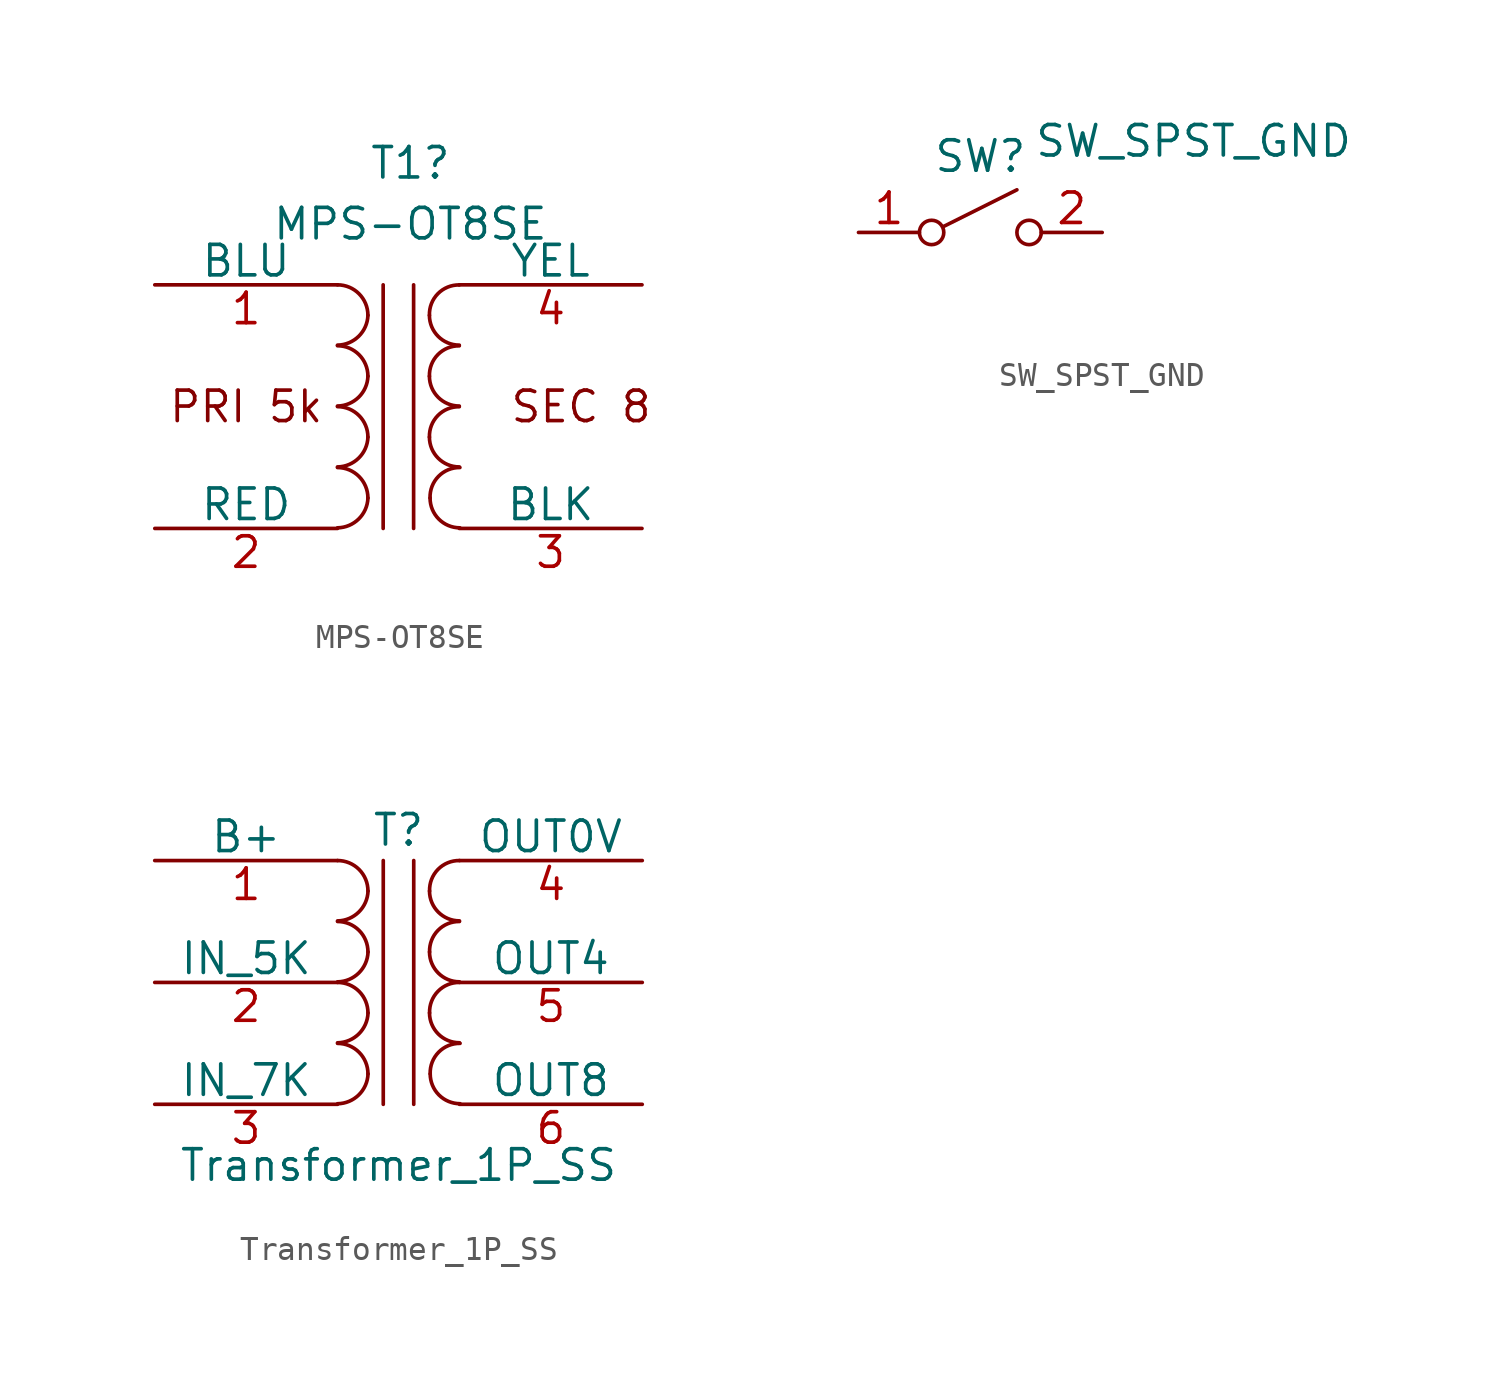
<source format=kicad_sym>
(kicad_symbol_lib
  (version 20220914)
  (generator kicad_symbol_editor)
  (symbol "MPS-OT8SE"
    (pin_names
      (offset 0))
    (property "Reference" "T1"
      (at 0.499 10.16 0)
      (effects (font (size 1.27 1.27))))
    (property "Value" "MPS-OT8SE"
      (at 0.499 7.62 0)
      (effects (font (size 1.27 1.27))))
    (symbol "MPS-OT8SE_0_1"
      (arc (start -2.54 -5.0546) (mid -1.6599 -4.6901) (end -1.27 -3.81) (stroke (width 0) (type default)) (fill (type none)))
      (arc (start -2.54 -2.5146) (mid -1.6599 -2.1501) (end -1.27 -1.27) (stroke (width 0) (type default)) (fill (type none)))
      (arc (start -2.54 0.0254) (mid -1.6599 0.3899) (end -1.27 1.27) (stroke (width 0) (type default)) (fill (type none)))
      (arc (start -2.54 2.5654) (mid -1.6599 2.9299) (end -1.27 3.81) (stroke (width 0) (type default)) (fill (type none)))
      (arc (start -1.27 -3.81) (mid -1.642 -2.912) (end -2.54 -2.54) (stroke (width 0) (type default)) (fill (type none)))
      (arc (start -1.27 -1.27) (mid -1.642 -0.372) (end -2.54 0) (stroke (width 0) (type default)) (fill (type none)))
      (arc (start -1.27 1.27) (mid -1.642 2.168) (end -2.54 2.54) (stroke (width 0) (type default)) (fill (type none)))
      (arc (start -1.27 3.81) (mid -1.642 4.708) (end -2.54 5.08) (stroke (width 0) (type default)) (fill (type none)))
      (polyline (pts (xy -0.635 5.08) (xy -0.635 -5.08)) (stroke (width 0) (type default)) (fill (type none)))
      (polyline (pts (xy 0.635 -5.08) (xy 0.635 5.08)) (stroke (width 0) (type default)) (fill (type none)))
      (arc (start 1.2954 -1.27) (mid 1.6599 -2.1501) (end 2.54 -2.5146) (stroke (width 0) (type default)) (fill (type none)))
      (arc (start 1.2954 1.27) (mid 1.6599 0.3899) (end 2.54 0.0254) (stroke (width 0) (type default)) (fill (type none)))
      (arc (start 1.2954 3.81) (mid 1.6599 2.9299) (end 2.54 2.5654) (stroke (width 0) (type default)) (fill (type none)))
      (arc (start 1.3208 -3.81) (mid 1.6853 -4.6901) (end 2.5654 -5.0546) (stroke (width 0) (type default)) (fill (type none)))
      (arc (start 2.54 0) (mid 1.642 -0.372) (end 1.2954 -1.27) (stroke (width 0) (type default)) (fill (type none)))
      (arc (start 2.54 2.54) (mid 1.642 2.168) (end 1.2954 1.27) (stroke (width 0) (type default)) (fill (type none)))
      (arc (start 2.54 5.08) (mid 1.642 4.708) (end 1.2954 3.81) (stroke (width 0) (type default)) (fill (type none)))
      (arc (start 2.5654 -2.54) (mid 1.6674 -2.912) (end 1.3208 -3.81) (stroke (width 0) (type default)) (fill (type none))))
    (symbol "MPS-OT8SE_1_1"
      (text "PRI 5k" (at -6.35 0 0) (effects (font (size 1.27 1.27))))
      (text "SEC 8" (at 7.62 0 0) (effects (font (size 1.27 1.27))))
      (pin passive line (at -10.16 5.08 0) (length 7.62) (name "BLU" (effects (font (size 1.27 1.27)))) (number "1" (effects (font (size 1.27 1.27)))))
      (pin passive line (at -10.16 -5.08 0) (length 7.62) (name "RED" (effects (font (size 1.27 1.27)))) (number "2" (effects (font (size 1.27 1.27)))))
      (pin passive line (at 10.16 -5.08 180) (length 7.62) (name "BLK" (effects (font (size 1.27 1.27)))) (number "3" (effects (font (size 1.27 1.27)))))
      (pin passive line (at 10.16 5.08 180) (length 7.62) (name "YEL" (effects (font (size 1.27 1.27)))) (number "4" (effects (font (size 1.27 1.27)))))))
  (symbol "SW_SPST_GND"
    (pin_names
      (offset 0) hide)
    (property "Reference" "SW"
      (at 0 3.175 0)
      (effects (font (size 1.27 1.27))))
    (property "Value" "SW_SPST_GND"
      (at 8.89 3.81 0)
      (effects (font (size 1.27 1.27))))
    (symbol "SW_SPST_GND_0_0"
      (circle (center -2.032 0) (radius 0.508) (stroke (width 0) (type solid)) (fill (type none)))
      (polyline (pts (xy -1.524 0.254) (xy 1.524 1.778)) (stroke (width 0) (type solid)) (fill (type none)))
      (circle (center 2.032 0) (radius 0.508) (stroke (width 0) (type solid)) (fill (type none))))
    (symbol "SW_SPST_GND_1_1"
      (pin passive line (at -5.08 0 0) (length 2.54) (name "A" (effects (font (size 1.27 1.27)))) (number "1" (effects (font (size 1.27 1.27)))))
      (pin passive line (at 5.08 0 180) (length 2.54) (name "B" (effects (font (size 1.27 1.27)))) (number "2" (effects (font (size 1.27 1.27)))))
      (pin input line (at -1.27 -3.81 90) (length 2.54) hide (name "G1" (effects (font (size 1.27 1.27)))) (number "4" (effects (font (size 1.27 1.27)))))
      (pin input line (at 1.27 -3.81 90) (length 2.54) hide (name "G2" (effects (font (size 1.27 1.27)))) (number "5" (effects (font (size 1.27 1.27)))))))
  (symbol "Transformer_1P_SS"
    (pin_names
      (offset 0))
    (property "Reference" "T"
      (at 0 6.35 0)
      (effects (font (size 1.27 1.27))))
    (property "Value" "Transformer_1P_SS"
      (at 0 -7.62 0)
      (effects (font (size 1.27 1.27))))
    (symbol "Transformer_1P_SS_0_1"
      (arc (start -2.54 -5.0546) (mid -1.6599 -4.6901) (end -1.27 -3.81) (stroke (width 0) (type solid)) (fill (type none)))
      (arc (start -2.54 -2.5146) (mid -1.6599 -2.1501) (end -1.27 -1.27) (stroke (width 0) (type solid)) (fill (type none)))
      (arc (start -2.54 0.0254) (mid -1.6599 0.3899) (end -1.27 1.27) (stroke (width 0) (type solid)) (fill (type none)))
      (arc (start -2.54 2.5654) (mid -1.6599 2.9299) (end -1.27 3.81) (stroke (width 0) (type solid)) (fill (type none)))
      (arc (start -1.27 -3.81) (mid -1.642 -2.912) (end -2.54 -2.54) (stroke (width 0) (type solid)) (fill (type none)))
      (arc (start -1.27 -1.27) (mid -1.642 -0.372) (end -2.54 0) (stroke (width 0) (type solid)) (fill (type none)))
      (arc (start -1.27 1.27) (mid -1.642 2.168) (end -2.54 2.54) (stroke (width 0) (type solid)) (fill (type none)))
      (arc (start -1.27 3.81) (mid -1.642 4.708) (end -2.54 5.08) (stroke (width 0) (type solid)) (fill (type none)))
      (polyline (pts (xy -0.635 5.08) (xy -0.635 -5.08)) (stroke (width 0) (type solid)) (fill (type none)))
      (polyline (pts (xy 0.635 -5.08) (xy 0.635 5.08)) (stroke (width 0) (type solid)) (fill (type none)))
      (arc (start 1.2954 -1.27) (mid 1.6599 -2.1501) (end 2.54 -2.5146) (stroke (width 0) (type solid)) (fill (type none)))
      (arc (start 1.2954 1.27) (mid 1.6599 0.3899) (end 2.54 0.0254) (stroke (width 0) (type solid)) (fill (type none)))
      (arc (start 1.2954 3.81) (mid 1.6599 2.9299) (end 2.54 2.5654) (stroke (width 0) (type solid)) (fill (type none)))
      (arc (start 1.3208 -3.81) (mid 1.6853 -4.6901) (end 2.5654 -5.0546) (stroke (width 0) (type solid)) (fill (type none)))
      (arc (start 2.54 0) (mid 1.642 -0.372) (end 1.2954 -1.27) (stroke (width 0) (type solid)) (fill (type none)))
      (arc (start 2.54 2.54) (mid 1.642 2.168) (end 1.2954 1.27) (stroke (width 0) (type solid)) (fill (type none)))
      (arc (start 2.54 5.08) (mid 1.642 4.708) (end 1.2954 3.81) (stroke (width 0) (type solid)) (fill (type none)))
      (arc (start 2.5654 -2.54) (mid 1.6674 -2.912) (end 1.3208 -3.81) (stroke (width 0) (type solid)) (fill (type none))))
    (symbol "Transformer_1P_SS_1_1"
      (pin passive line (at -10.16 5.08 0) (length 7.62) (name "B+" (effects (font (size 1.27 1.27)))) (number "1" (effects (font (size 1.27 1.27)))))
      (pin passive line (at -10.16 0 0) (length 7.62) (name "IN_5K" (effects (font (size 1.27 1.27)))) (number "2" (effects (font (size 1.27 1.27)))))
      (pin passive line (at -10.16 -5.08 0) (length 7.62) (name "IN_7K" (effects (font (size 1.27 1.27)))) (number "3" (effects (font (size 1.27 1.27)))))
      (pin passive line (at 10.16 5.08 180) (length 7.62) (name "OUT0V" (effects (font (size 1.27 1.27)))) (number "4" (effects (font (size 1.27 1.27)))))
      (pin passive line (at 10.16 0 180) (length 7.62) (name "OUT4" (effects (font (size 1.27 1.27)))) (number "5" (effects (font (size 1.27 1.27)))))
      (pin passive line (at 10.16 -5.08 180) (length 7.62) (name "OUT8" (effects (font (size 1.27 1.27)))) (number "6" (effects (font (size 1.27 1.27))))))))
</source>
